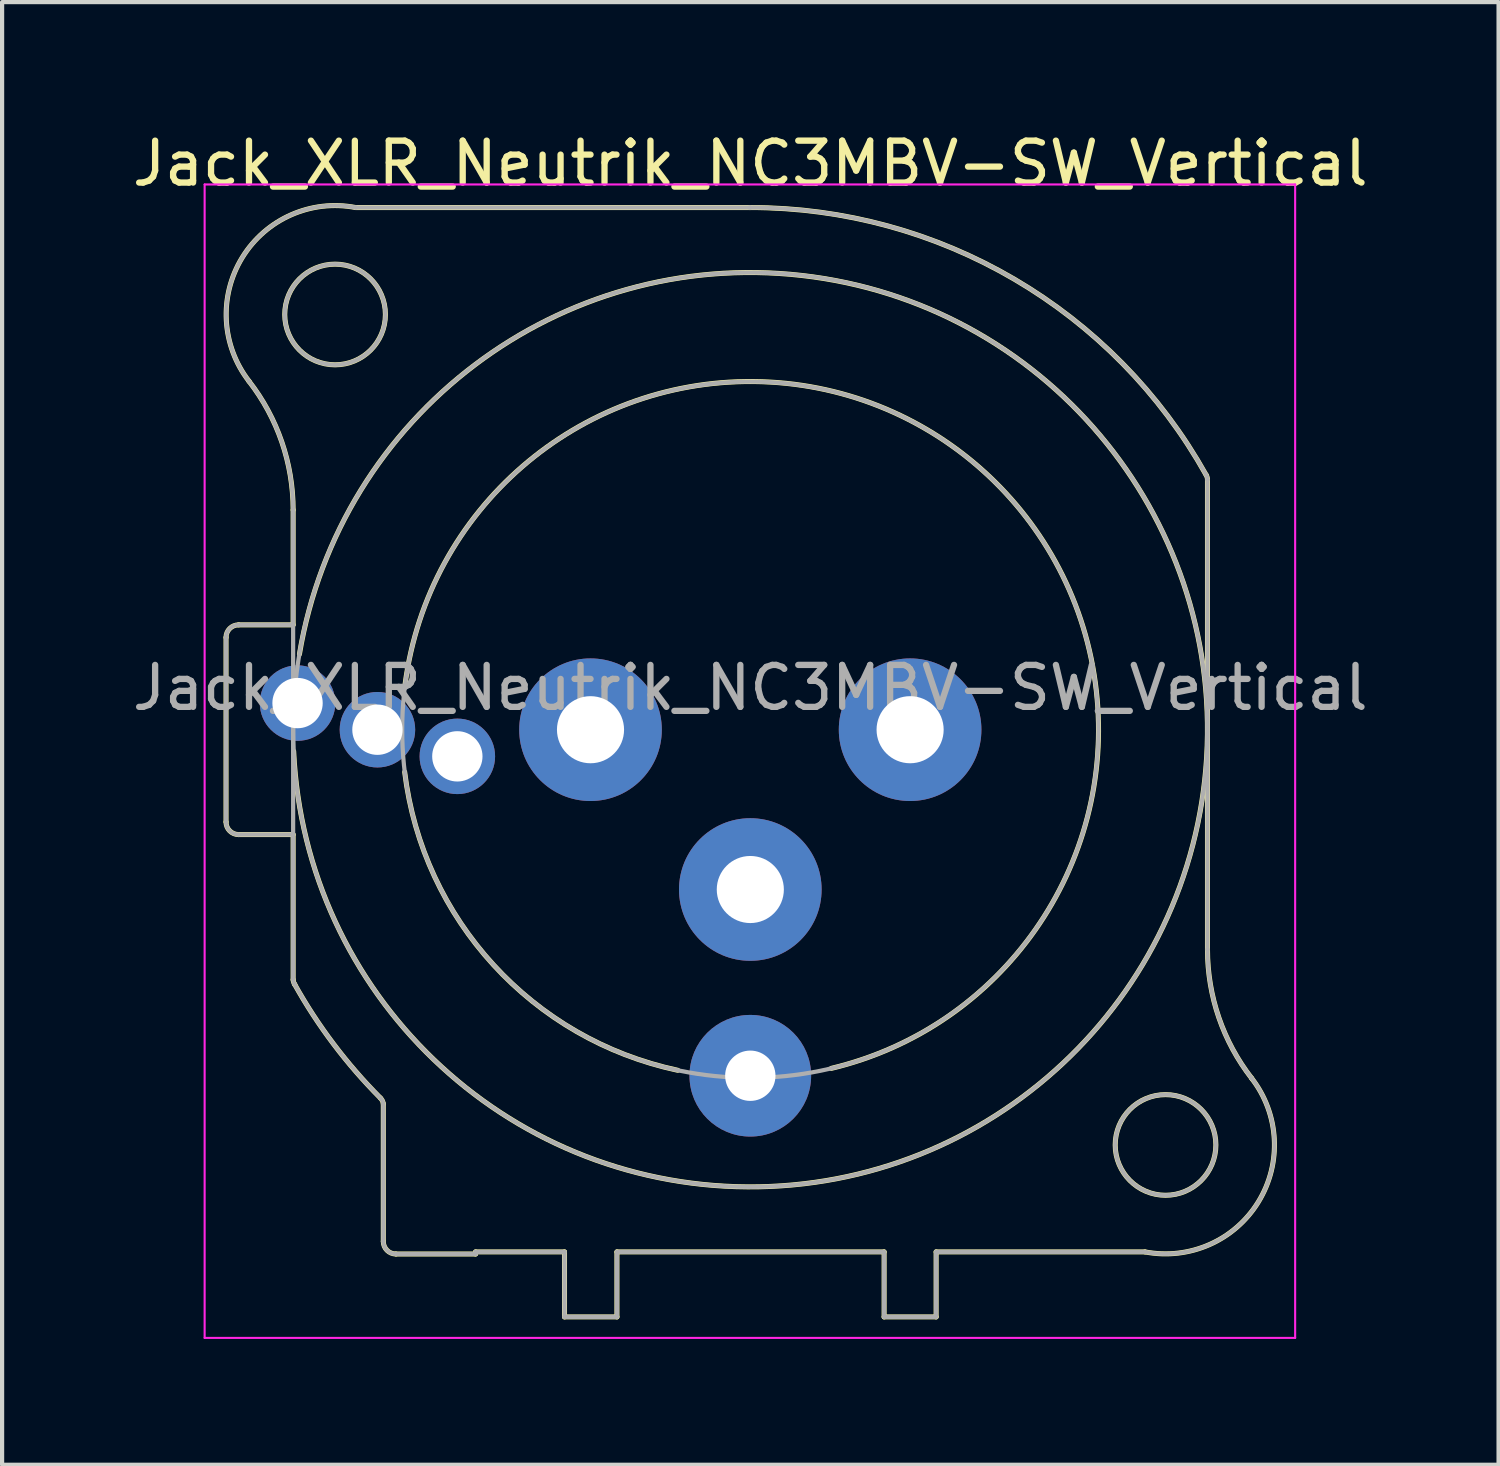
<source format=kicad_pcb>
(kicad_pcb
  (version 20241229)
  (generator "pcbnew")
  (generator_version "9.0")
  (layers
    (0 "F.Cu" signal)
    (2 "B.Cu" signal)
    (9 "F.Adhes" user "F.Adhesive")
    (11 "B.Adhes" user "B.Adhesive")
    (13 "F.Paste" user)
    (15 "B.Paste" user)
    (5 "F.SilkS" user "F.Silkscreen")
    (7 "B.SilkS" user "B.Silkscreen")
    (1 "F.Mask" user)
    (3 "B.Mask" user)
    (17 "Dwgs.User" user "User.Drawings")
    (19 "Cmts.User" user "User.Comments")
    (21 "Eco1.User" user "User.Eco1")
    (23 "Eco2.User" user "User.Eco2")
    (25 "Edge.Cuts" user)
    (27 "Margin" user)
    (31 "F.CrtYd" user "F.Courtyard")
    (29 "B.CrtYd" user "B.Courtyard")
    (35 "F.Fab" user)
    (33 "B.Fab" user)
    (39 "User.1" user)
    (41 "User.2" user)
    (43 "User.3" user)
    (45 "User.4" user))
  (footprint "Jack_XLR_Neutrik_NC3MBV-SW_Vertical"
    (layer "F.Cu")
    (at 11.029 14.348)
    (property "Reference" "Jack_XLR_Neutrik_NC3MBV-SW_Vertical" (at 3.81 -13.5 0) (layer "F.SilkS") (effects (font (size 1 1) (thickness 0.15))))
    (attr through_hole)
    (fp_line (start -8.69 2.2) (end -8.69 -2.2) (stroke (width 0.12) (type solid)) (layer "F.SilkS"))
    (fp_line (start -7.09 -5.24) (end -7.09 -2.5) (stroke (width 0.12) (type solid)) (layer "F.SilkS"))
    (fp_line (start -7.09 -2.5) (end -8.39 -2.5) (stroke (width 0.12) (type solid)) (layer "F.SilkS"))
    (fp_line (start -7.09 2.5) (end -8.39 2.5) (stroke (width 0.12) (type solid)) (layer "F.SilkS"))
    (fp_line (start -7.09 2.5) (end -7.09 5.96) (stroke (width 0.12) (type solid)) (layer "F.SilkS"))
    (fp_line (start -4.94 12.2) (end -4.94 8.92) (stroke (width 0.12) (type solid)) (layer "F.SilkS"))
    (fp_line (start -4.64 12.5) (end -2.74 12.5) (stroke (width 0.12) (type solid)) (layer "F.SilkS"))
    (fp_line (start -2.74 12.45) (end -0.62 12.45) (stroke (width 0.12) (type solid)) (layer "F.SilkS"))
    (fp_line (start -2.74 12.5) (end -2.74 12.45) (stroke (width 0.12) (type solid)) (layer "F.SilkS"))
    (fp_line (start -0.62 12.45) (end -0.62 14) (stroke (width 0.12) (type solid)) (layer "F.SilkS"))
    (fp_line (start 0.63 12.45) (end 0.63 14) (stroke (width 0.12) (type solid)) (layer "F.SilkS"))
    (fp_line (start 0.63 12.45) (end 7 12.45) (stroke (width 0.12) (type solid)) (layer "F.SilkS"))
    (fp_line (start 0.63 14) (end -0.62 14) (stroke (width 0.12) (type solid)) (layer "F.SilkS"))
    (fp_line (start 3.81 -12.45) (end -5.6 -12.45) (stroke (width 0.12) (type solid)) (layer "F.SilkS"))
    (fp_line (start 7 12.45) (end 7 14) (stroke (width 0.12) (type solid)) (layer "F.SilkS"))
    (fp_line (start 8.24 12.45) (end 8.24 14) (stroke (width 0.12) (type solid)) (layer "F.SilkS"))
    (fp_line (start 8.24 12.45) (end 13.22 12.45) (stroke (width 0.12) (type solid)) (layer "F.SilkS"))
    (fp_line (start 8.24 14) (end 7 14) (stroke (width 0.12) (type solid)) (layer "F.SilkS"))
    (fp_line (start 14.71 5.24) (end 14.71 -5.96) (stroke (width 0.12) (type solid)) (layer "F.SilkS"))
    (fp_arc (start -8.69 -2.2) (mid -8.602132 -2.412132) (end -8.39 -2.5) (stroke (width 0.12) (type solid)) (layer "F.SilkS"))
    (fp_arc (start -8.39 2.5) (mid -8.602132 2.412132) (end -8.69 2.2) (stroke (width 0.12) (type solid)) (layer "F.SilkS"))
    (fp_arc (start -8.14458 -8.311426) (mid -7.360989 -6.863715) (end -7.09 -5.24) (stroke (width 0.12) (type solid)) (layer "F.SilkS"))
    (fp_arc (start -8.141124 -8.307677) (mid -8.303366 -11.257798) (end -5.6 -12.45) (stroke (width 0.12) (type solid)) (layer "F.SilkS"))
    (fp_arc (start -7.048716 6.079059) (mid -7.076957 6.022165) (end -7.09 5.96) (stroke (width 0.12) (type solid)) (layer "F.SilkS"))
    (fp_arc (start -6.94 -1.8) (mid 14.690408 0.647469) (end -7.077605 0.512393) (stroke (width 0.12) (type solid)) (layer "F.SilkS"))
    (fp_arc (start -5.014621 8.775339) (mid -6.130462 7.487838) (end -7.06 6.06) (stroke (width 0.12) (type solid)) (layer "F.SilkS"))
    (fp_arc (start -5.008287 8.781679) (mid -4.96257 8.845126) (end -4.94 8.92) (stroke (width 0.12) (type solid)) (layer "F.SilkS"))
    (fp_arc (start -4.64 12.5) (mid -4.852132 12.412132) (end -4.94 12.2) (stroke (width 0.12) (type solid)) (layer "F.SilkS"))
    (fp_arc (start -4.42 -1.09) (mid 9.369821 -6.165176) (end 5.741766 8.073988) (stroke (width 0.12) (type solid)) (layer "F.SilkS"))
    (fp_arc (start 2.08 8.12) (mid -2.313728 5.606002) (end -4.430844 1.007866) (stroke (width 0.12) (type solid)) (layer "F.SilkS"))
    (fp_arc (start 3.792668 -12.44996) (mid 10.104527 -10.741542) (end 14.68 -6.07) (stroke (width 0.12) (type solid)) (layer "F.SilkS"))
    (fp_arc (start 14.680526 -6.07) (mid 14.702504 -6.01694) (end 14.71 -5.96) (stroke (width 0.12) (type solid)) (layer "F.SilkS"))
    (fp_arc (start 15.761124 8.307677) (mid 15.923366 11.257798) (end 13.22 12.45) (stroke (width 0.12) (type solid)) (layer "F.SilkS"))
    (fp_arc (start 15.76458 8.311426) (mid 14.980989 6.863715) (end 14.71 5.24) (stroke (width 0.12) (type solid)) (layer "F.SilkS"))
    (fp_circle (center -6.09 -9.9) (end -4.89 -9.9) (stroke (width 0.12) (type solid)) (fill no) (layer "F.SilkS"))
    (fp_circle (center 13.71 9.9) (end 14.91 9.9) (stroke (width 0.12) (type solid)) (fill no) (layer "F.SilkS"))
    (fp_line (start -9.2 -13) (end 16.8 -13) (stroke (width 0.05) (type solid)) (layer "F.CrtYd"))
    (fp_line (start -9.2 14.5) (end -9.2 -13) (stroke (width 0.05) (type solid)) (layer "F.CrtYd"))
    (fp_line (start 16.8 -13) (end 16.8 14.5) (stroke (width 0.05) (type solid)) (layer "F.CrtYd"))
    (fp_line (start 16.8 14.5) (end -9.2 14.5) (stroke (width 0.05) (type solid)) (layer "F.CrtYd"))
    (fp_line (start -8.69 2.2) (end -8.69 -2.2) (stroke (width 0.1) (type solid)) (layer "F.Fab"))
    (fp_line (start -7.09 -5.24) (end -7.09 5.96) (stroke (width 0.1) (type solid)) (layer "F.Fab"))
    (fp_line (start -7.09 -2.5) (end -8.39 -2.5) (stroke (width 0.1) (type solid)) (layer "F.Fab"))
    (fp_line (start -7.09 2.5) (end -8.39 2.5) (stroke (width 0.1) (type solid)) (layer "F.Fab"))
    (fp_line (start -4.94 12.2) (end -4.94 8.92) (stroke (width 0.1) (type solid)) (layer "F.Fab"))
    (fp_line (start -4.64 12.5) (end -2.74 12.5) (stroke (width 0.1) (type solid)) (layer "F.Fab"))
    (fp_line (start -2.74 12.45) (end -0.62 12.45) (stroke (width 0.1) (type solid)) (layer "F.Fab"))
    (fp_line (start -2.74 12.5) (end -2.74 12.45) (stroke (width 0.1) (type solid)) (layer "F.Fab"))
    (fp_line (start -0.62 12.45) (end -0.62 14) (stroke (width 0.1) (type solid)) (layer "F.Fab"))
    (fp_line (start 0.63 12.45) (end 0.63 14) (stroke (width 0.1) (type solid)) (layer "F.Fab"))
    (fp_line (start 0.63 12.45) (end 7 12.45) (stroke (width 0.1) (type solid)) (layer "F.Fab"))
    (fp_line (start 0.63 14) (end -0.62 14) (stroke (width 0.1) (type solid)) (layer "F.Fab"))
    (fp_line (start 3.81 -12.45) (end -5.6 -12.45) (stroke (width 0.1) (type solid)) (layer "F.Fab"))
    (fp_line (start 7 12.45) (end 7 14) (stroke (width 0.1) (type solid)) (layer "F.Fab"))
    (fp_line (start 8.24 12.45) (end 8.24 14) (stroke (width 0.1) (type solid)) (layer "F.Fab"))
    (fp_line (start 8.24 12.45) (end 13.22 12.45) (stroke (width 0.1) (type solid)) (layer "F.Fab"))
    (fp_line (start 8.24 14) (end 7 14) (stroke (width 0.1) (type solid)) (layer "F.Fab"))
    (fp_line (start 14.71 5.24) (end 14.71 -5.96) (stroke (width 0.1) (type solid)) (layer "F.Fab"))
    (fp_arc (start -8.69 -2.2) (mid -8.602132 -2.412132) (end -8.39 -2.5) (stroke (width 0.1) (type solid)) (layer "F.Fab"))
    (fp_arc (start -8.39 2.5) (mid -8.602132 2.412132) (end -8.69 2.2) (stroke (width 0.1) (type solid)) (layer "F.Fab"))
    (fp_arc (start -8.14458 -8.311426) (mid -7.360989 -6.863715) (end -7.09 -5.24) (stroke (width 0.1) (type solid)) (layer "F.Fab"))
    (fp_arc (start -8.141124 -8.307677) (mid -8.303366 -11.257798) (end -5.6 -12.45) (stroke (width 0.1) (type solid)) (layer "F.Fab"))
    (fp_arc (start -7.048716 6.079059) (mid -7.076957 6.022165) (end -7.09 5.96) (stroke (width 0.1) (type solid)) (layer "F.Fab"))
    (fp_arc (start -5.014621 8.775339) (mid -6.130462 7.487838) (end -7.06 6.06) (stroke (width 0.1) (type solid)) (layer "F.Fab"))
    (fp_arc (start -5.008287 8.781679) (mid -4.96257 8.845126) (end -4.94 8.92) (stroke (width 0.1) (type solid)) (layer "F.Fab"))
    (fp_arc (start -4.64 12.5) (mid -4.852132 12.412132) (end -4.94 12.2) (stroke (width 0.1) (type solid)) (layer "F.Fab"))
    (fp_arc (start 3.792668 -12.44996) (mid 10.104527 -10.741542) (end 14.68 -6.07) (stroke (width 0.1) (type solid)) (layer "F.Fab"))
    (fp_arc (start 14.680526 -6.07) (mid 14.702504 -6.01694) (end 14.71 -5.96) (stroke (width 0.1) (type solid)) (layer "F.Fab"))
    (fp_arc (start 15.761124 8.307677) (mid 15.923366 11.257798) (end 13.22 12.45) (stroke (width 0.1) (type solid)) (layer "F.Fab"))
    (fp_arc (start 15.76458 8.311426) (mid 14.980989 6.863715) (end 14.71 5.24) (stroke (width 0.1) (type solid)) (layer "F.Fab"))
    (fp_circle (center -6.09 -9.9) (end -4.89 -9.9) (stroke (width 0.1) (type solid)) (fill no) (layer "F.Fab"))
    (fp_circle (center 3.81 0) (end 12.11 0) (stroke (width 0.1) (type solid)) (fill no) (layer "F.Fab"))
    (fp_circle (center 3.81 0) (end 14.71 0) (stroke (width 0.1) (type solid)) (fill no) (layer "F.Fab"))
    (fp_circle (center 13.71 9.9) (end 14.91 9.9) (stroke (width 0.1) (type solid)) (fill no) (layer "F.Fab"))
    (fp_text user "${REFERENCE}" (at 3.81 -1 0) (layer "F.Fab") (effects (font (size 1 1) (thickness 0.15))))
    (pad "1" thru_hole circle (at 0 0) (size 3.4 3.4) (drill 1.6) (layers "*.Cu" "*.Mask"))
    (pad "2" thru_hole circle (at 7.62 0) (size 3.4 3.4) (drill 1.6) (layers "*.Cu" "*.Mask"))
    (pad "3" thru_hole circle (at 3.81 3.81) (size 3.4 3.4) (drill 1.6) (layers "*.Cu" "*.Mask"))
    (pad "G" thru_hole circle (at 3.81 8.25) (size 2.9 2.9) (drill 1.2) (layers "*.Cu" "*.Mask"))
    (pad "N" thru_hole circle (at -5.08 0) (size 1.8 1.8) (drill 1.2) (layers "*.Cu" "*.Mask"))
    (pad "NC" thru_hole circle (at -3.175 0.635) (size 1.8 1.8) (drill 1.2) (layers "*.Cu" "*.Mask"))
    (pad "NO" thru_hole circle (at -6.985 -0.635) (size 1.8 1.8) (drill 1.2) (layers "*.Cu" "*.Mask")))
  (gr_rect
    (start -3 -3)
    (end 32.679 31.873)
    (stroke (width 0.1) (type default))
    (fill no)
    (layer "Edge.Cuts")))
</source>
